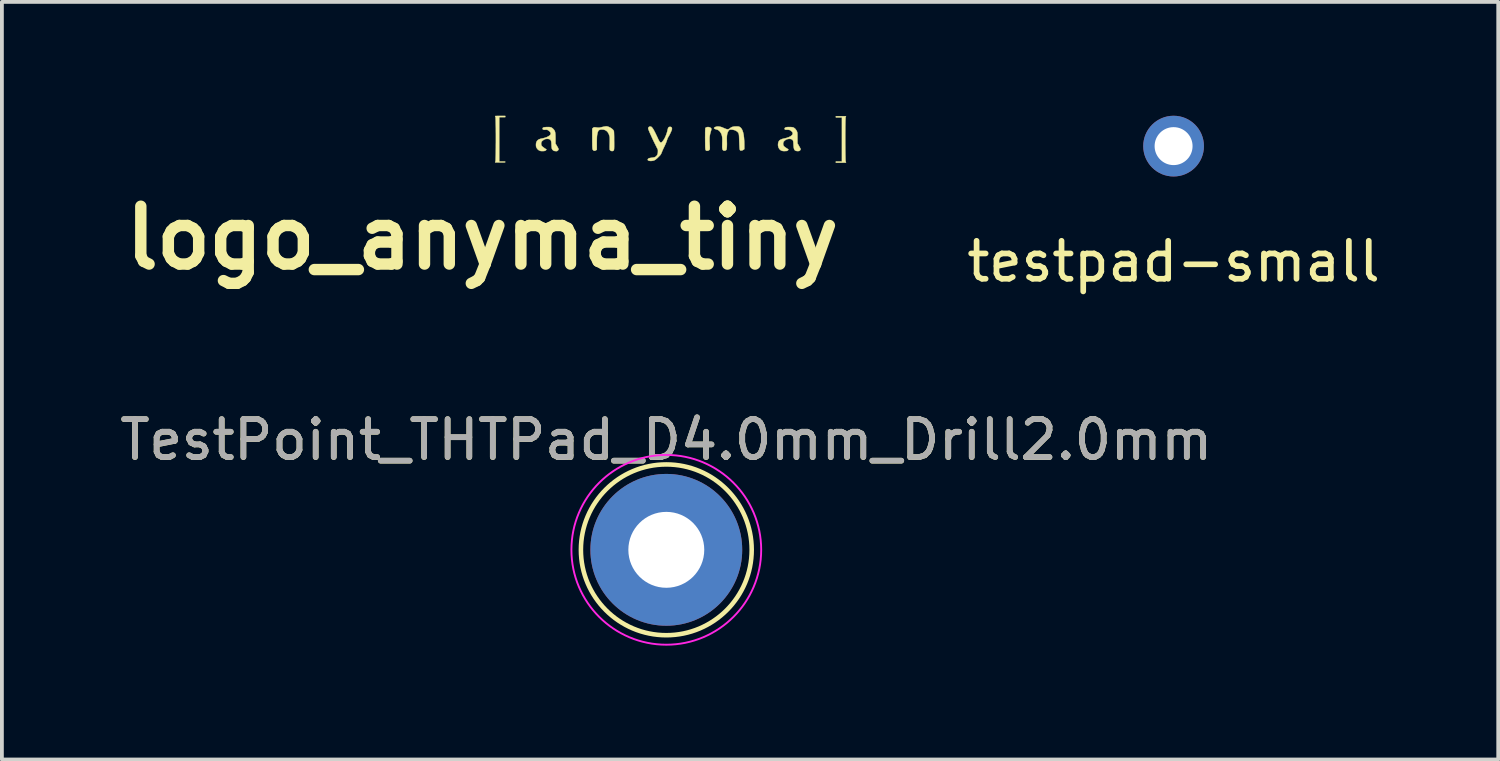
<source format=kicad_pcb>
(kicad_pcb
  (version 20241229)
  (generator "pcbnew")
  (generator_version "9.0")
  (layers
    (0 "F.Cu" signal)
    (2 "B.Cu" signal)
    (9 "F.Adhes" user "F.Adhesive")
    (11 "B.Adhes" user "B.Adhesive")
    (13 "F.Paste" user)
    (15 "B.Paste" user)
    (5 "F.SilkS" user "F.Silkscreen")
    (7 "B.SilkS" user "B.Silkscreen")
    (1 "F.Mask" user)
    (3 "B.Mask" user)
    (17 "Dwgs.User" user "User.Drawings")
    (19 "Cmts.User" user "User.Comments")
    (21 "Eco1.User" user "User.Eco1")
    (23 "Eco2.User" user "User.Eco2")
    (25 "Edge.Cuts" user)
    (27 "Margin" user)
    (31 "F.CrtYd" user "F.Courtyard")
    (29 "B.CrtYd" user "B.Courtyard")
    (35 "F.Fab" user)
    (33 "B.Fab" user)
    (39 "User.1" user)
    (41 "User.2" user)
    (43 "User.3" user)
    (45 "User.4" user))
  (footprint "TestPoint_THTPad_D4.0mm_Drill2.0mm"
    (layer "F.Cu")
    (at 14.506 11.437)
    (property "Reference" "TestPoint_THTPad_D4.0mm_Drill2.0mm" (at 0 -2.898 0) (layer "F.SilkS") (effects (font (size 1 1) (thickness 0.15))))
    (attr exclude_from_pos_files exclude_from_bom)
    (fp_circle (center 0 0) (end 0 2.25) (stroke (width 0.12) (type solid)) (fill no) (layer "F.SilkS"))
    (fp_circle (center 0 0) (end 2.5 0) (stroke (width 0.05) (type solid)) (fill no) (layer "F.CrtYd"))
    (fp_text user "${REFERENCE}" (at 0 -2.9 0) (layer "F.Fab") (effects (font (size 1 1) (thickness 0.15))))
    (pad "1" thru_hole circle (at 0 0) (size 4 4) (drill 2) (layers "*.Cu" "*.Mask")))
  (footprint "testpad-small"
    (layer "F.Cu")
    (at 27.872 3.34)
    (property "Reference" "testpad-small" (at 0 0.5 0) (layer "F.SilkS") (effects (font (size 1 1) (thickness 0.15))))
    (attr through_hole)
    (pad "1" thru_hole circle (at 0 -2.54) (size 1.6 1.6) (drill 1) (layers "*.Cu" "*.Mask")))
  (footprint "logo_anyma_tiny"
    (layer "F.Cu")
    (at 14.739 0.678)
    (property "Reference" "logo_anyma_tiny" (at -5.08 2.54 0) (layer "F.SilkS") (effects (font (size 1.524 1.524) (thickness 0.3))))
    (attr through_hole)
    (fp_poly (pts (xy 4.408 -0.667) (xy 4.443 -0.666) (xy 4.472 -0.666) (xy 4.492 -0.665) (xy 4.501 -0.665) (xy 4.502 -0.664) (xy 4.5 -0.658) (xy 4.493 -0.645) (xy 4.493 -0.644) (xy 4.491 -0.634) (xy 4.489 -0.612) (xy 4.488 -0.581) (xy 4.486 -0.539) (xy 4.485 -0.49) (xy 4.484 -0.433) (xy 4.483 -0.371) (xy 4.483 -0.304) (xy 4.482 -0.233) (xy 4.482 -0.159) (xy 4.482 -0.084) (xy 4.482 -0.008) (xy 4.482 0.067) (xy 4.483 0.14) (xy 4.483 0.21) (xy 4.484 0.276) (xy 4.485 0.336) (xy 4.486 0.391) (xy 4.487 0.438) (xy 4.488 0.476) (xy 4.49 0.505) (xy 4.492 0.522) (xy 4.493 0.527) (xy 4.498 0.544) (xy 4.502 0.555) (xy 4.502 0.556) (xy 4.496 0.557) (xy 4.479 0.558) (xy 4.453 0.558) (xy 4.42 0.559) (xy 4.382 0.559) (xy 4.369 0.559) (xy 4.235 0.559) (xy 4.235 0.527) (xy 4.394 0.527) (xy 4.394 -0.635) (xy 4.235 -0.635) (xy 4.235 -0.667) (xy 4.369 -0.667) (xy 4.408 -0.667)) (stroke (width 0.01) (type solid)) (fill yes) (layer "F.SilkS"))
    (fp_poly (pts (xy 0.899 -0.377) (xy 0.925 -0.367) (xy 0.945 -0.351) (xy 0.951 -0.342) (xy 0.954 -0.333) (xy 0.954 -0.323) (xy 0.952 -0.308) (xy 0.946 -0.286) (xy 0.937 -0.256) (xy 0.936 -0.253) (xy 0.925 -0.214) (xy 0.917 -0.178) (xy 0.911 -0.142) (xy 0.907 -0.104) (xy 0.906 -0.061) (xy 0.906 -0.011) (xy 0.909 0.048) (xy 0.909 0.064) (xy 0.912 0.11) (xy 0.913 0.144) (xy 0.914 0.17) (xy 0.913 0.188) (xy 0.912 0.2) (xy 0.91 0.209) (xy 0.906 0.216) (xy 0.906 0.217) (xy 0.89 0.231) (xy 0.867 0.242) (xy 0.842 0.246) (xy 0.821 0.243) (xy 0.821 0.243) (xy 0.812 0.236) (xy 0.803 0.222) (xy 0.803 0.221) (xy 0.8 0.214) (xy 0.798 0.203) (xy 0.796 0.187) (xy 0.794 0.166) (xy 0.793 0.136) (xy 0.792 0.098) (xy 0.792 0.05) (xy 0.791 -0.002) (xy 0.791 -0.056) (xy 0.79 -0.11) (xy 0.791 -0.161) (xy 0.791 -0.207) (xy 0.791 -0.246) (xy 0.792 -0.275) (xy 0.792 -0.282) (xy 0.796 -0.357) (xy 0.815 -0.369) (xy 0.841 -0.379) (xy 0.87 -0.381) (xy 0.899 -0.377)) (stroke (width 0.01) (type solid)) (fill yes) (layer "F.SilkS"))
    (fp_poly (pts (xy -4.477 -0.641) (xy -4.636 -0.641) (xy -4.636 0.527) (xy -4.556 0.527) (xy -4.523 0.527) (xy -4.501 0.528) (xy -4.487 0.529) (xy -4.48 0.532) (xy -4.477 0.535) (xy -4.477 0.54) (xy -4.477 0.544) (xy -4.48 0.547) (xy -4.486 0.549) (xy -4.497 0.551) (xy -4.515 0.552) (xy -4.542 0.552) (xy -4.579 0.552) (xy -4.61 0.552) (xy -4.65 0.552) (xy -4.685 0.552) (xy -4.713 0.552) (xy -4.733 0.551) (xy -4.743 0.55) (xy -4.743 0.55) (xy -4.742 0.543) (xy -4.737 0.529) (xy -4.734 0.521) (xy -4.732 0.509) (xy -4.73 0.486) (xy -4.729 0.453) (xy -4.728 0.41) (xy -4.726 0.359) (xy -4.725 0.302) (xy -4.725 0.238) (xy -4.724 0.17) (xy -4.724 0.098) (xy -4.723 0.024) (xy -4.723 -0.052) (xy -4.723 -0.127) (xy -4.723 -0.202) (xy -4.724 -0.274) (xy -4.724 -0.344) (xy -4.725 -0.409) (xy -4.726 -0.468) (xy -4.727 -0.521) (xy -4.728 -0.566) (xy -4.73 -0.602) (xy -4.731 -0.628) (xy -4.733 -0.643) (xy -4.734 -0.646) (xy -4.74 -0.661) (xy -4.743 -0.67) (xy -4.743 -0.671) (xy -4.737 -0.671) (xy -4.721 -0.672) (xy -4.695 -0.673) (xy -4.662 -0.673) (xy -4.623 -0.673) (xy -4.61 -0.673) (xy -4.477 -0.673) (xy -4.477 -0.641)) (stroke (width 0.01) (type solid)) (fill yes) (layer "F.SilkS"))
    (fp_poly (pts (xy -1.781 -0.395) (xy -1.746 -0.383) (xy -1.709 -0.365) (xy -1.674 -0.342) (xy -1.645 -0.318) (xy -1.625 -0.294) (xy -1.624 -0.293) (xy -1.621 -0.287) (xy -1.618 -0.281) (xy -1.615 -0.273) (xy -1.613 -0.262) (xy -1.612 -0.247) (xy -1.611 -0.227) (xy -1.61 -0.2) (xy -1.609 -0.165) (xy -1.608 -0.12) (xy -1.608 -0.065) (xy -1.608 -0.029) (xy -1.607 0.035) (xy -1.607 0.088) (xy -1.607 0.131) (xy -1.608 0.165) (xy -1.609 0.191) (xy -1.611 0.21) (xy -1.614 0.224) (xy -1.618 0.233) (xy -1.623 0.239) (xy -1.629 0.244) (xy -1.636 0.247) (xy -1.656 0.253) (xy -1.675 0.251) (xy -1.693 0.245) (xy -1.709 0.235) (xy -1.72 0.223) (xy -1.72 0.223) (xy -1.723 0.213) (xy -1.724 0.192) (xy -1.725 0.16) (xy -1.725 0.116) (xy -1.723 0.06) (xy -1.723 0.056) (xy -1.722 0.005) (xy -1.722 -0.036) (xy -1.722 -0.067) (xy -1.723 -0.092) (xy -1.724 -0.112) (xy -1.727 -0.129) (xy -1.73 -0.141) (xy -1.748 -0.196) (xy -1.773 -0.241) (xy -1.805 -0.276) (xy -1.844 -0.3) (xy -1.889 -0.314) (xy -1.941 -0.316) (xy -1.943 -0.316) (xy -1.974 -0.312) (xy -1.998 -0.304) (xy -2.016 -0.29) (xy -2.03 -0.268) (xy -2.042 -0.238) (xy -2.051 -0.196) (xy -2.054 -0.184) (xy -2.057 -0.163) (xy -2.06 -0.137) (xy -2.062 -0.105) (xy -2.063 -0.066) (xy -2.064 -0.017) (xy -2.064 0.042) (xy -2.064 0.215) (xy -2.08 0.228) (xy -2.106 0.242) (xy -2.131 0.245) (xy -2.153 0.236) (xy -2.17 0.216) (xy -2.176 0.203) (xy -2.178 0.192) (xy -2.18 0.172) (xy -2.181 0.143) (xy -2.183 0.103) (xy -2.183 0.053) (xy -2.184 -0.009) (xy -2.184 -0.078) (xy -2.184 -0.338) (xy -2.166 -0.356) (xy -2.155 -0.365) (xy -2.145 -0.371) (xy -2.131 -0.374) (xy -2.111 -0.374) (xy -2.084 -0.371) (xy -2.059 -0.368) (xy -2.037 -0.365) (xy -2.019 -0.364) (xy -2.001 -0.365) (xy -1.981 -0.368) (xy -1.954 -0.374) (xy -1.925 -0.38) (xy -1.891 -0.388) (xy -1.858 -0.394) (xy -1.831 -0.398) (xy -1.813 -0.4) (xy -1.812 -0.4) (xy -1.781 -0.395)) (stroke (width 0.01) (type solid)) (fill yes) (layer "F.SilkS"))
    (fp_poly (pts (xy 3.034 -0.38) (xy 3.065 -0.379) (xy 3.088 -0.376) (xy 3.105 -0.373) (xy 3.119 -0.367) (xy 3.131 -0.361) (xy 3.166 -0.333) (xy 3.193 -0.296) (xy 3.209 -0.264) (xy 3.213 -0.253) (xy 3.217 -0.24) (xy 3.219 -0.226) (xy 3.221 -0.207) (xy 3.222 -0.181) (xy 3.222 -0.148) (xy 3.222 -0.104) (xy 3.222 -0.092) (xy 3.223 0.048) (xy 3.266 0.123) (xy 3.283 0.154) (xy 3.295 0.175) (xy 3.302 0.19) (xy 3.305 0.201) (xy 3.304 0.209) (xy 3.302 0.216) (xy 3.289 0.236) (xy 3.271 0.248) (xy 3.244 0.253) (xy 3.222 0.253) (xy 3.192 0.249) (xy 3.168 0.241) (xy 3.15 0.227) (xy 3.137 0.206) (xy 3.128 0.177) (xy 3.122 0.138) (xy 3.118 0.087) (xy 3.118 0.081) (xy 3.116 0.039) (xy 3.113 0.008) (xy 3.108 -0.015) (xy 3.101 -0.031) (xy 3.091 -0.043) (xy 3.077 -0.054) (xy 3.067 -0.059) (xy 3.041 -0.067) (xy 3.009 -0.069) (xy 2.974 -0.066) (xy 2.942 -0.058) (xy 2.927 -0.052) (xy 2.889 -0.027) (xy 2.862 0.001) (xy 2.848 0.033) (xy 2.845 0.056) (xy 2.847 0.083) (xy 2.854 0.105) (xy 2.867 0.125) (xy 2.889 0.145) (xy 2.92 0.167) (xy 2.935 0.176) (xy 2.956 0.19) (xy 2.973 0.202) (xy 2.983 0.211) (xy 2.985 0.213) (xy 2.98 0.222) (xy 2.97 0.234) (xy 2.968 0.235) (xy 2.959 0.242) (xy 2.948 0.247) (xy 2.933 0.25) (xy 2.909 0.251) (xy 2.894 0.252) (xy 2.854 0.252) (xy 2.824 0.248) (xy 2.809 0.244) (xy 2.772 0.224) (xy 2.744 0.195) (xy 2.723 0.158) (xy 2.712 0.114) (xy 2.71 0.086) (xy 2.714 0.042) (xy 2.725 0.005) (xy 2.745 -0.024) (xy 2.774 -0.047) (xy 2.814 -0.064) (xy 2.863 -0.077) (xy 2.933 -0.093) (xy 2.991 -0.113) (xy 3.036 -0.134) (xy 3.07 -0.159) (xy 3.079 -0.168) (xy 3.095 -0.193) (xy 3.099 -0.217) (xy 3.091 -0.241) (xy 3.076 -0.26) (xy 3.044 -0.289) (xy 3.009 -0.305) (xy 2.97 -0.31) (xy 2.958 -0.309) (xy 2.923 -0.309) (xy 2.899 -0.313) (xy 2.886 -0.324) (xy 2.883 -0.334) (xy 2.887 -0.351) (xy 2.898 -0.364) (xy 2.919 -0.373) (xy 2.95 -0.379) (xy 2.991 -0.381) (xy 3.034 -0.38)) (stroke (width 0.01) (type solid)) (fill yes) (layer "F.SilkS"))
    (fp_poly (pts (xy -0.635 -0.39) (xy -0.624 -0.384) (xy -0.609 -0.37) (xy -0.592 -0.348) (xy -0.572 -0.318) (xy -0.55 -0.277) (xy -0.524 -0.227) (xy -0.494 -0.165) (xy -0.46 -0.093) (xy -0.458 -0.088) (xy -0.439 -0.048) (xy -0.424 -0.019) (xy -0.41 0.002) (xy -0.398 0.016) (xy -0.386 0.025) (xy -0.378 0.028) (xy -0.366 0.026) (xy -0.349 0.014) (xy -0.33 -0.005) (xy -0.31 -0.032) (xy -0.29 -0.062) (xy -0.271 -0.096) (xy -0.271 -0.097) (xy -0.248 -0.147) (xy -0.227 -0.202) (xy -0.21 -0.257) (xy -0.198 -0.307) (xy -0.196 -0.314) (xy -0.189 -0.345) (xy -0.18 -0.365) (xy -0.168 -0.378) (xy -0.151 -0.384) (xy -0.149 -0.385) (xy -0.12 -0.385) (xy -0.099 -0.376) (xy -0.087 -0.359) (xy -0.084 -0.333) (xy -0.085 -0.322) (xy -0.09 -0.304) (xy -0.1 -0.279) (xy -0.114 -0.247) (xy -0.129 -0.214) (xy -0.146 -0.181) (xy -0.161 -0.152) (xy -0.175 -0.129) (xy -0.175 -0.129) (xy -0.19 -0.102) (xy -0.204 -0.073) (xy -0.21 -0.054) (xy -0.226 -0.004) (xy -0.246 0.048) (xy -0.271 0.104) (xy -0.287 0.137) (xy -0.305 0.173) (xy -0.323 0.214) (xy -0.341 0.254) (xy -0.349 0.276) (xy -0.36 0.303) (xy -0.369 0.323) (xy -0.379 0.34) (xy -0.39 0.356) (xy -0.406 0.374) (xy -0.428 0.396) (xy -0.443 0.411) (xy -0.478 0.445) (xy -0.509 0.471) (xy -0.536 0.489) (xy -0.563 0.501) (xy -0.591 0.508) (xy -0.624 0.512) (xy -0.627 0.512) (xy -0.66 0.512) (xy -0.684 0.509) (xy -0.7 0.504) (xy -0.718 0.493) (xy -0.723 0.48) (xy -0.717 0.464) (xy -0.714 0.459) (xy -0.702 0.448) (xy -0.681 0.439) (xy -0.651 0.433) (xy -0.616 0.428) (xy -0.578 0.423) (xy -0.549 0.417) (xy -0.527 0.408) (xy -0.508 0.396) (xy -0.504 0.392) (xy -0.48 0.367) (xy -0.464 0.338) (xy -0.456 0.304) (xy -0.454 0.269) (xy -0.454 0.217) (xy -0.528 0.069) (xy -0.553 0.019) (xy -0.578 -0.033) (xy -0.603 -0.086) (xy -0.626 -0.137) (xy -0.648 -0.186) (xy -0.668 -0.23) (xy -0.685 -0.27) (xy -0.698 -0.303) (xy -0.707 -0.328) (xy -0.711 -0.343) (xy -0.711 -0.345) (xy -0.707 -0.361) (xy -0.698 -0.377) (xy -0.681 -0.39) (xy -0.658 -0.394) (xy -0.635 -0.39)) (stroke (width 0.01) (type solid)) (fill yes) (layer "F.SilkS"))
    (fp_poly (pts (xy 1.642 -0.396) (xy 1.665 -0.395) (xy 1.682 -0.391) (xy 1.697 -0.385) (xy 1.699 -0.384) (xy 1.728 -0.362) (xy 1.753 -0.331) (xy 1.774 -0.289) (xy 1.791 -0.236) (xy 1.805 -0.172) (xy 1.814 -0.096) (xy 1.82 -0.009) (xy 1.822 0.09) (xy 1.822 0.102) (xy 1.822 0.201) (xy 1.798 0.219) (xy 1.773 0.232) (xy 1.748 0.239) (xy 1.727 0.239) (xy 1.713 0.233) (xy 1.709 0.227) (xy 1.705 0.218) (xy 1.702 0.204) (xy 1.699 0.184) (xy 1.697 0.158) (xy 1.695 0.123) (xy 1.693 0.079) (xy 1.691 0.024) (xy 1.689 -0.019) (xy 1.687 -0.075) (xy 1.685 -0.119) (xy 1.683 -0.154) (xy 1.68 -0.181) (xy 1.676 -0.202) (xy 1.67 -0.218) (xy 1.662 -0.231) (xy 1.653 -0.243) (xy 1.641 -0.254) (xy 1.638 -0.257) (xy 1.606 -0.281) (xy 1.569 -0.298) (xy 1.525 -0.309) (xy 1.515 -0.311) (xy 1.478 -0.315) (xy 1.449 -0.313) (xy 1.427 -0.304) (xy 1.409 -0.286) (xy 1.393 -0.257) (xy 1.387 -0.246) (xy 1.376 -0.215) (xy 1.368 -0.18) (xy 1.363 -0.14) (xy 1.361 -0.091) (xy 1.362 -0.032) (xy 1.362 -0.018) (xy 1.363 0.023) (xy 1.364 0.066) (xy 1.363 0.106) (xy 1.362 0.14) (xy 1.362 0.146) (xy 1.359 0.177) (xy 1.356 0.198) (xy 1.353 0.212) (xy 1.347 0.221) (xy 1.342 0.227) (xy 1.325 0.237) (xy 1.303 0.242) (xy 1.281 0.24) (xy 1.264 0.232) (xy 1.262 0.23) (xy 1.253 0.218) (xy 1.247 0.203) (xy 1.243 0.184) (xy 1.24 0.158) (xy 1.24 0.124) (xy 1.241 0.08) (xy 1.241 0.055) (xy 1.243 -0.009) (xy 1.243 -0.062) (xy 1.24 -0.106) (xy 1.235 -0.143) (xy 1.227 -0.174) (xy 1.217 -0.201) (xy 1.212 -0.211) (xy 1.186 -0.253) (xy 1.158 -0.284) (xy 1.128 -0.304) (xy 1.102 -0.314) (xy 1.064 -0.325) (xy 1.039 -0.336) (xy 1.026 -0.346) (xy 1.024 -0.356) (xy 1.033 -0.368) (xy 1.046 -0.376) (xy 1.083 -0.391) (xy 1.127 -0.396) (xy 1.176 -0.391) (xy 1.228 -0.377) (xy 1.27 -0.359) (xy 1.313 -0.34) (xy 1.347 -0.328) (xy 1.374 -0.322) (xy 1.397 -0.323) (xy 1.418 -0.33) (xy 1.438 -0.343) (xy 1.449 -0.352) (xy 1.478 -0.373) (xy 1.516 -0.387) (xy 1.562 -0.395) (xy 1.61 -0.397) (xy 1.642 -0.396)) (stroke (width 0.01) (type solid)) (fill yes) (layer "F.SilkS"))
    (fp_poly (pts (xy -3.304 -0.379) (xy -3.277 -0.373) (xy -3.254 -0.364) (xy -3.234 -0.35) (xy -3.216 -0.334) (xy -3.198 -0.315) (xy -3.184 -0.297) (xy -3.173 -0.277) (xy -3.165 -0.255) (xy -3.16 -0.228) (xy -3.156 -0.194) (xy -3.154 -0.151) (xy -3.153 -0.098) (xy -3.153 -0.085) (xy -3.153 0.055) (xy -3.11 0.126) (xy -3.091 0.158) (xy -3.079 0.182) (xy -3.073 0.199) (xy -3.073 0.212) (xy -3.079 0.224) (xy -3.09 0.236) (xy -3.095 0.24) (xy -3.105 0.249) (xy -3.116 0.253) (xy -3.132 0.254) (xy -3.152 0.253) (xy -3.187 0.248) (xy -3.212 0.236) (xy -3.232 0.217) (xy -3.241 0.203) (xy -3.247 0.192) (xy -3.25 0.178) (xy -3.253 0.158) (xy -3.256 0.13) (xy -3.258 0.093) (xy -3.258 0.089) (xy -3.26 0.044) (xy -3.264 0.01) (xy -3.27 -0.015) (xy -3.278 -0.033) (xy -3.289 -0.046) (xy -3.304 -0.056) (xy -3.309 -0.059) (xy -3.333 -0.066) (xy -3.364 -0.07) (xy -3.396 -0.068) (xy -3.422 -0.064) (xy -3.448 -0.053) (xy -3.476 -0.035) (xy -3.501 -0.015) (xy -3.517 0.003) (xy -3.528 0.029) (xy -3.531 0.06) (xy -3.527 0.091) (xy -3.516 0.115) (xy -3.506 0.126) (xy -3.488 0.142) (xy -3.465 0.159) (xy -3.441 0.177) (xy -3.419 0.192) (xy -3.401 0.202) (xy -3.395 0.205) (xy -3.392 0.211) (xy -3.397 0.221) (xy -3.407 0.233) (xy -3.421 0.242) (xy -3.426 0.245) (xy -3.447 0.25) (xy -3.476 0.253) (xy -3.508 0.253) (xy -3.539 0.251) (xy -3.562 0.246) (xy -3.563 0.245) (xy -3.601 0.225) (xy -3.632 0.195) (xy -3.648 0.17) (xy -3.658 0.151) (xy -3.664 0.133) (xy -3.666 0.113) (xy -3.667 0.086) (xy -3.664 0.044) (xy -3.654 0.011) (xy -3.637 -0.017) (xy -3.622 -0.033) (xy -3.604 -0.047) (xy -3.583 -0.058) (xy -3.556 -0.068) (xy -3.52 -0.077) (xy -3.493 -0.082) (xy -3.441 -0.095) (xy -3.394 -0.11) (xy -3.353 -0.129) (xy -3.319 -0.149) (xy -3.294 -0.171) (xy -3.28 -0.192) (xy -3.277 -0.208) (xy -3.283 -0.233) (xy -3.3 -0.258) (xy -3.327 -0.282) (xy -3.34 -0.291) (xy -3.361 -0.303) (xy -3.377 -0.309) (xy -3.394 -0.31) (xy -3.416 -0.309) (xy -3.45 -0.308) (xy -3.474 -0.312) (xy -3.488 -0.322) (xy -3.492 -0.336) (xy -3.493 -0.337) (xy -3.49 -0.352) (xy -3.482 -0.363) (xy -3.466 -0.371) (xy -3.441 -0.376) (xy -3.406 -0.379) (xy -3.383 -0.38) (xy -3.338 -0.381) (xy -3.304 -0.379)) (stroke (width 0.01) (type solid)) (fill yes) (layer "F.SilkS")))
  (gr_rect
    (start -3 -3)
    (end 36.426 16.962)
    (stroke (width 0.1) (type default))
    (fill no)
    (layer "Edge.Cuts")))
</source>
